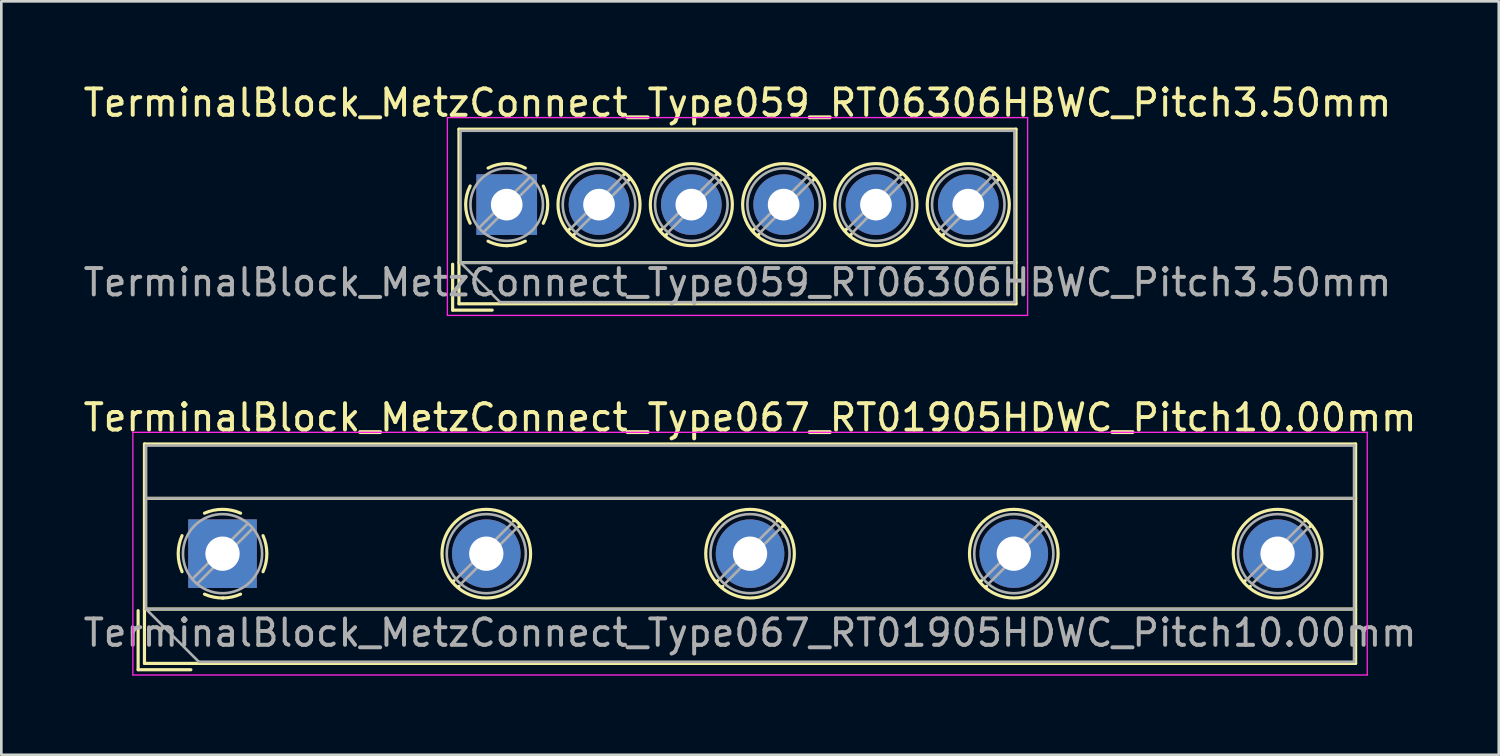
<source format=kicad_pcb>
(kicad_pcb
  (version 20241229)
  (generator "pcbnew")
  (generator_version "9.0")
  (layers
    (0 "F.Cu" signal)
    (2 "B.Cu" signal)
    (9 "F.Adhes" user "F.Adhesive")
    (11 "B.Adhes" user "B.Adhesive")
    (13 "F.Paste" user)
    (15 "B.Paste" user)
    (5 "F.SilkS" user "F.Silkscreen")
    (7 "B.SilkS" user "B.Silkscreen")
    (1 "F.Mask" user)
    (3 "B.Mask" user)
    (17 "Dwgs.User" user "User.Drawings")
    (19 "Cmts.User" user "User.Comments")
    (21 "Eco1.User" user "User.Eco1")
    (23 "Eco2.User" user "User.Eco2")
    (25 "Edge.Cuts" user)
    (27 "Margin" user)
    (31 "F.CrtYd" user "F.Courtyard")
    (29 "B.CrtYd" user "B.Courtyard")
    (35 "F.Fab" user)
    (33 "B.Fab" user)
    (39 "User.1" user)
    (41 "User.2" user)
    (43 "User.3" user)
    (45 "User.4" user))
  (footprint "TerminalBlock_MetzConnect_Type067_RT01905HDWC_Pitch10.00mm"
    (layer "F.Cu")
    (at 5.387 17.942)
    (property "Reference" "TerminalBlock_MetzConnect_Type067_RT01905HDWC_Pitch10.00mm" (at 20 -5.16 0) (layer "F.SilkS") (effects (font (size 1 1) (thickness 0.15))))
    (attr through_hole)
    (fp_line (start -3.2 2.16) (end -3.2 4.4) (stroke (width 0.12) (type solid)) (layer "F.SilkS"))
    (fp_line (start -3.2 4.4) (end -1.2 4.4) (stroke (width 0.12) (type solid)) (layer "F.SilkS"))
    (fp_line (start -2.96 -4.16) (end -2.96 4.16) (stroke (width 0.12) (type solid)) (layer "F.SilkS"))
    (fp_line (start -2.96 -2.1) (end 42.96 -2.1) (stroke (width 0.12) (type solid)) (layer "F.SilkS"))
    (fp_line (start -2.96 2.1) (end 42.96 2.1) (stroke (width 0.12) (type solid)) (layer "F.SilkS"))
    (fp_line (start -2.96 4.16) (end 42.96 4.16) (stroke (width 0.12) (type solid)) (layer "F.SilkS"))
    (fp_line (start 8.773 1.023) (end 8.726 1.069) (stroke (width 0.12) (type solid)) (layer "F.SilkS"))
    (fp_line (start 8.966 1.239) (end 8.931 1.274) (stroke (width 0.12) (type solid)) (layer "F.SilkS"))
    (fp_line (start 11.07 -1.275) (end 11.035 -1.239) (stroke (width 0.12) (type solid)) (layer "F.SilkS"))
    (fp_line (start 11.275 -1.069) (end 11.228 -1.023) (stroke (width 0.12) (type solid)) (layer "F.SilkS"))
    (fp_line (start 18.773 1.023) (end 18.726 1.069) (stroke (width 0.12) (type solid)) (layer "F.SilkS"))
    (fp_line (start 18.966 1.239) (end 18.931 1.274) (stroke (width 0.12) (type solid)) (layer "F.SilkS"))
    (fp_line (start 21.07 -1.275) (end 21.035 -1.239) (stroke (width 0.12) (type solid)) (layer "F.SilkS"))
    (fp_line (start 21.275 -1.069) (end 21.228 -1.023) (stroke (width 0.12) (type solid)) (layer "F.SilkS"))
    (fp_line (start 28.773 1.023) (end 28.726 1.069) (stroke (width 0.12) (type solid)) (layer "F.SilkS"))
    (fp_line (start 28.966 1.239) (end 28.931 1.274) (stroke (width 0.12) (type solid)) (layer "F.SilkS"))
    (fp_line (start 31.07 -1.275) (end 31.035 -1.239) (stroke (width 0.12) (type solid)) (layer "F.SilkS"))
    (fp_line (start 31.275 -1.069) (end 31.228 -1.023) (stroke (width 0.12) (type solid)) (layer "F.SilkS"))
    (fp_line (start 38.773 1.023) (end 38.726 1.069) (stroke (width 0.12) (type solid)) (layer "F.SilkS"))
    (fp_line (start 38.966 1.239) (end 38.931 1.274) (stroke (width 0.12) (type solid)) (layer "F.SilkS"))
    (fp_line (start 41.07 -1.275) (end 41.035 -1.239) (stroke (width 0.12) (type solid)) (layer "F.SilkS"))
    (fp_line (start 41.275 -1.069) (end 41.228 -1.023) (stroke (width 0.12) (type solid)) (layer "F.SilkS"))
    (fp_line (start 42.96 -4.16) (end -2.96 -4.16) (stroke (width 0.12) (type solid)) (layer "F.SilkS"))
    (fp_line (start 42.96 4.16) (end 42.96 -4.16) (stroke (width 0.12) (type solid)) (layer "F.SilkS"))
    (fp_arc (start -1.535427 0.683042) (mid -1.680501 -0.000524) (end -1.535 -0.684) (stroke (width 0.12) (type solid)) (layer "F.SilkS"))
    (fp_arc (start -0.683042 -1.535427) (mid 0.000524 -1.680501) (end 0.684 -1.535) (stroke (width 0.12) (type solid)) (layer "F.SilkS"))
    (fp_arc (start 0.028805 1.680253) (mid -0.335551 1.646659) (end -0.684 1.535) (stroke (width 0.12) (type solid)) (layer "F.SilkS"))
    (fp_arc (start 0.683318 1.534756) (mid 0.349292 1.643288) (end 0 1.68) (stroke (width 0.12) (type solid)) (layer "F.SilkS"))
    (fp_arc (start 1.535427 -0.683042) (mid 1.680501 0.000524) (end 1.535 0.684) (stroke (width 0.12) (type solid)) (layer "F.SilkS"))
    (fp_circle (center 10 0) (end 11.68 0) (stroke (width 0.12) (type solid)) (fill no) (layer "F.SilkS"))
    (fp_circle (center 20 0) (end 21.68 0) (stroke (width 0.12) (type solid)) (fill no) (layer "F.SilkS"))
    (fp_circle (center 30 0) (end 31.68 0) (stroke (width 0.12) (type solid)) (fill no) (layer "F.SilkS"))
    (fp_circle (center 40 0) (end 41.68 0) (stroke (width 0.12) (type solid)) (fill no) (layer "F.SilkS"))
    (fp_line (start -3.4 -4.6) (end -3.4 4.6) (stroke (width 0.05) (type solid)) (layer "F.CrtYd"))
    (fp_line (start -3.4 4.6) (end 43.4 4.6) (stroke (width 0.05) (type solid)) (layer "F.CrtYd"))
    (fp_line (start 43.4 -4.6) (end -3.4 -4.6) (stroke (width 0.05) (type solid)) (layer "F.CrtYd"))
    (fp_line (start 43.4 4.6) (end 43.4 -4.6) (stroke (width 0.05) (type solid)) (layer "F.CrtYd"))
    (fp_line (start -2.9 -4.1) (end 42.9 -4.1) (stroke (width 0.1) (type solid)) (layer "F.Fab"))
    (fp_line (start -2.9 -2.1) (end 42.9 -2.1) (stroke (width 0.1) (type solid)) (layer "F.Fab"))
    (fp_line (start -2.9 2.1) (end -2.9 -4.1) (stroke (width 0.1) (type solid)) (layer "F.Fab"))
    (fp_line (start -2.9 2.1) (end 42.9 2.1) (stroke (width 0.1) (type solid)) (layer "F.Fab"))
    (fp_line (start -0.9 4.1) (end -2.9 2.1) (stroke (width 0.1) (type solid)) (layer "F.Fab"))
    (fp_line (start 0.955 -1.138) (end -1.138 0.955) (stroke (width 0.1) (type solid)) (layer "F.Fab"))
    (fp_line (start 1.138 -0.955) (end -0.955 1.138) (stroke (width 0.1) (type solid)) (layer "F.Fab"))
    (fp_line (start 10.955 -1.138) (end 8.863 0.955) (stroke (width 0.1) (type solid)) (layer "F.Fab"))
    (fp_line (start 11.138 -0.955) (end 9.046 1.138) (stroke (width 0.1) (type solid)) (layer "F.Fab"))
    (fp_line (start 20.955 -1.138) (end 18.863 0.955) (stroke (width 0.1) (type solid)) (layer "F.Fab"))
    (fp_line (start 21.138 -0.955) (end 19.046 1.138) (stroke (width 0.1) (type solid)) (layer "F.Fab"))
    (fp_line (start 30.955 -1.138) (end 28.863 0.955) (stroke (width 0.1) (type solid)) (layer "F.Fab"))
    (fp_line (start 31.138 -0.955) (end 29.046 1.138) (stroke (width 0.1) (type solid)) (layer "F.Fab"))
    (fp_line (start 40.955 -1.138) (end 38.863 0.955) (stroke (width 0.1) (type solid)) (layer "F.Fab"))
    (fp_line (start 41.138 -0.955) (end 39.046 1.138) (stroke (width 0.1) (type solid)) (layer "F.Fab"))
    (fp_line (start 42.9 -4.1) (end 42.9 4.1) (stroke (width 0.1) (type solid)) (layer "F.Fab"))
    (fp_line (start 42.9 4.1) (end -0.9 4.1) (stroke (width 0.1) (type solid)) (layer "F.Fab"))
    (fp_circle (center 0 0) (end 1.5 0) (stroke (width 0.1) (type solid)) (fill no) (layer "F.Fab"))
    (fp_circle (center 10 0) (end 11.5 0) (stroke (width 0.1) (type solid)) (fill no) (layer "F.Fab"))
    (fp_circle (center 20 0) (end 21.5 0) (stroke (width 0.1) (type solid)) (fill no) (layer "F.Fab"))
    (fp_circle (center 30 0) (end 31.5 0) (stroke (width 0.1) (type solid)) (fill no) (layer "F.Fab"))
    (fp_circle (center 40 0) (end 41.5 0) (stroke (width 0.1) (type solid)) (fill no) (layer "F.Fab"))
    (fp_text user "${REFERENCE}" (at 20 3 0) (layer "F.Fab") (effects (font (size 1 1) (thickness 0.15))))
    (pad "1" thru_hole rect (at 0 0) (size 2.6 2.6) (drill 1.3) (layers "*.Cu" "*.Mask"))
    (pad "2" thru_hole circle (at 10 0) (size 2.6 2.6) (drill 1.3) (layers "*.Cu" "*.Mask"))
    (pad "3" thru_hole circle (at 20 0) (size 2.6 2.6) (drill 1.3) (layers "*.Cu" "*.Mask"))
    (pad "4" thru_hole circle (at 30 0) (size 2.6 2.6) (drill 1.3) (layers "*.Cu" "*.Mask"))
    (pad "5" thru_hole circle (at 40 0) (size 2.6 2.6) (drill 1.3) (layers "*.Cu" "*.Mask")))
  (footprint "TerminalBlock_MetzConnect_Type059_RT06306HBWC_Pitch3.50mm"
    (layer "F.Cu")
    (at 16.161 4.708)
    (property "Reference" "TerminalBlock_MetzConnect_Type059_RT06306HBWC_Pitch3.50mm" (at 8.75 -3.86 0) (layer "F.SilkS") (effects (font (size 1 1) (thickness 0.15))))
    (attr through_hole)
    (fp_line (start -2.05 2.26) (end -2.05 4) (stroke (width 0.12) (type solid)) (layer "F.SilkS"))
    (fp_line (start -2.05 4) (end -0.55 4) (stroke (width 0.12) (type solid)) (layer "F.SilkS"))
    (fp_line (start -1.81 -2.86) (end -1.81 3.76) (stroke (width 0.12) (type solid)) (layer "F.SilkS"))
    (fp_line (start -1.81 2.2) (end 19.31 2.2) (stroke (width 0.12) (type solid)) (layer "F.SilkS"))
    (fp_line (start -1.81 3.76) (end 19.31 3.76) (stroke (width 0.12) (type solid)) (layer "F.SilkS"))
    (fp_line (start 2.397 0.914) (end 2.321 0.99) (stroke (width 0.12) (type solid)) (layer "F.SilkS"))
    (fp_line (start 2.565 1.125) (end 2.511 1.18) (stroke (width 0.12) (type solid)) (layer "F.SilkS"))
    (fp_line (start 4.49 -1.18) (end 4.436 -1.126) (stroke (width 0.12) (type solid)) (layer "F.SilkS"))
    (fp_line (start 4.68 -0.99) (end 4.604 -0.914) (stroke (width 0.12) (type solid)) (layer "F.SilkS"))
    (fp_line (start 5.897 0.914) (end 5.821 0.99) (stroke (width 0.12) (type solid)) (layer "F.SilkS"))
    (fp_line (start 6.065 1.125) (end 6.011 1.18) (stroke (width 0.12) (type solid)) (layer "F.SilkS"))
    (fp_line (start 7.99 -1.18) (end 7.936 -1.126) (stroke (width 0.12) (type solid)) (layer "F.SilkS"))
    (fp_line (start 8.18 -0.99) (end 8.104 -0.914) (stroke (width 0.12) (type solid)) (layer "F.SilkS"))
    (fp_line (start 9.397 0.914) (end 9.321 0.99) (stroke (width 0.12) (type solid)) (layer "F.SilkS"))
    (fp_line (start 9.565 1.125) (end 9.511 1.18) (stroke (width 0.12) (type solid)) (layer "F.SilkS"))
    (fp_line (start 11.49 -1.18) (end 11.436 -1.126) (stroke (width 0.12) (type solid)) (layer "F.SilkS"))
    (fp_line (start 11.68 -0.99) (end 11.604 -0.914) (stroke (width 0.12) (type solid)) (layer "F.SilkS"))
    (fp_line (start 12.897 0.914) (end 12.821 0.99) (stroke (width 0.12) (type solid)) (layer "F.SilkS"))
    (fp_line (start 13.065 1.125) (end 13.011 1.18) (stroke (width 0.12) (type solid)) (layer "F.SilkS"))
    (fp_line (start 14.99 -1.18) (end 14.936 -1.126) (stroke (width 0.12) (type solid)) (layer "F.SilkS"))
    (fp_line (start 15.18 -0.99) (end 15.104 -0.914) (stroke (width 0.12) (type solid)) (layer "F.SilkS"))
    (fp_line (start 16.397 0.914) (end 16.321 0.99) (stroke (width 0.12) (type solid)) (layer "F.SilkS"))
    (fp_line (start 16.565 1.125) (end 16.511 1.18) (stroke (width 0.12) (type solid)) (layer "F.SilkS"))
    (fp_line (start 18.49 -1.18) (end 18.436 -1.126) (stroke (width 0.12) (type solid)) (layer "F.SilkS"))
    (fp_line (start 18.68 -0.99) (end 18.604 -0.914) (stroke (width 0.12) (type solid)) (layer "F.SilkS"))
    (fp_line (start 19.31 -2.86) (end -1.81 -2.86) (stroke (width 0.12) (type solid)) (layer "F.SilkS"))
    (fp_line (start 19.31 3.76) (end 19.31 -2.86) (stroke (width 0.12) (type solid)) (layer "F.SilkS"))
    (fp_arc (start -1.386645 0.705733) (mid -1.555906 -0.000711) (end -1.386 -0.707) (stroke (width 0.12) (type solid)) (layer "F.SilkS"))
    (fp_arc (start -0.705733 -1.386645) (mid 0.000711 -1.555906) (end 0.707 -1.386) (stroke (width 0.12) (type solid)) (layer "F.SilkS"))
    (fp_arc (start 0.026444 1.555682) (mid -0.350695 1.515869) (end -0.707 1.386) (stroke (width 0.12) (type solid)) (layer "F.SilkS"))
    (fp_arc (start 0.705955 1.385515) (mid 0.363007 1.512035) (end 0 1.555) (stroke (width 0.12) (type solid)) (layer "F.SilkS"))
    (fp_arc (start 1.386645 -0.705733) (mid 1.555906 0.000711) (end 1.386 0.707) (stroke (width 0.12) (type solid)) (layer "F.SilkS"))
    (fp_circle (center 3.5 0) (end 5.055 0) (stroke (width 0.12) (type solid)) (fill no) (layer "F.SilkS"))
    (fp_circle (center 7 0) (end 8.555 0) (stroke (width 0.12) (type solid)) (fill no) (layer "F.SilkS"))
    (fp_circle (center 10.5 0) (end 12.055 0) (stroke (width 0.12) (type solid)) (fill no) (layer "F.SilkS"))
    (fp_circle (center 14 0) (end 15.555 0) (stroke (width 0.12) (type solid)) (fill no) (layer "F.SilkS"))
    (fp_circle (center 17.5 0) (end 19.055 0) (stroke (width 0.12) (type solid)) (fill no) (layer "F.SilkS"))
    (fp_line (start -2.25 -3.3) (end -2.25 4.2) (stroke (width 0.05) (type solid)) (layer "F.CrtYd"))
    (fp_line (start -2.25 4.2) (end 19.75 4.2) (stroke (width 0.05) (type solid)) (layer "F.CrtYd"))
    (fp_line (start 19.75 -3.3) (end -2.25 -3.3) (stroke (width 0.05) (type solid)) (layer "F.CrtYd"))
    (fp_line (start 19.75 4.2) (end 19.75 -3.3) (stroke (width 0.05) (type solid)) (layer "F.CrtYd"))
    (fp_line (start -1.75 -2.8) (end 19.25 -2.8) (stroke (width 0.1) (type solid)) (layer "F.Fab"))
    (fp_line (start -1.75 2.2) (end -1.75 -2.8) (stroke (width 0.1) (type solid)) (layer "F.Fab"))
    (fp_line (start -1.75 2.2) (end 19.25 2.2) (stroke (width 0.1) (type solid)) (layer "F.Fab"))
    (fp_line (start -0.25 3.7) (end -1.75 2.2) (stroke (width 0.1) (type solid)) (layer "F.Fab"))
    (fp_line (start 0.876 -1.043) (end -1.043 0.875) (stroke (width 0.1) (type solid)) (layer "F.Fab"))
    (fp_line (start 1.043 -0.875) (end -0.876 1.043) (stroke (width 0.1) (type solid)) (layer "F.Fab"))
    (fp_line (start 4.376 -1.043) (end 2.458 0.875) (stroke (width 0.1) (type solid)) (layer "F.Fab"))
    (fp_line (start 4.543 -0.875) (end 2.625 1.043) (stroke (width 0.1) (type solid)) (layer "F.Fab"))
    (fp_line (start 7.876 -1.043) (end 5.958 0.875) (stroke (width 0.1) (type solid)) (layer "F.Fab"))
    (fp_line (start 8.043 -0.875) (end 6.125 1.043) (stroke (width 0.1) (type solid)) (layer "F.Fab"))
    (fp_line (start 11.376 -1.043) (end 9.458 0.875) (stroke (width 0.1) (type solid)) (layer "F.Fab"))
    (fp_line (start 11.543 -0.875) (end 9.625 1.043) (stroke (width 0.1) (type solid)) (layer "F.Fab"))
    (fp_line (start 14.876 -1.043) (end 12.958 0.875) (stroke (width 0.1) (type solid)) (layer "F.Fab"))
    (fp_line (start 15.043 -0.875) (end 13.125 1.043) (stroke (width 0.1) (type solid)) (layer "F.Fab"))
    (fp_line (start 18.376 -1.043) (end 16.458 0.875) (stroke (width 0.1) (type solid)) (layer "F.Fab"))
    (fp_line (start 18.543 -0.875) (end 16.625 1.043) (stroke (width 0.1) (type solid)) (layer "F.Fab"))
    (fp_line (start 19.25 -2.8) (end 19.25 3.7) (stroke (width 0.1) (type solid)) (layer "F.Fab"))
    (fp_line (start 19.25 3.7) (end -0.25 3.7) (stroke (width 0.1) (type solid)) (layer "F.Fab"))
    (fp_circle (center 0 0) (end 1.375 0) (stroke (width 0.1) (type solid)) (fill no) (layer "F.Fab"))
    (fp_circle (center 3.5 0) (end 4.875 0) (stroke (width 0.1) (type solid)) (fill no) (layer "F.Fab"))
    (fp_circle (center 7 0) (end 8.375 0) (stroke (width 0.1) (type solid)) (fill no) (layer "F.Fab"))
    (fp_circle (center 10.5 0) (end 11.875 0) (stroke (width 0.1) (type solid)) (fill no) (layer "F.Fab"))
    (fp_circle (center 14 0) (end 15.375 0) (stroke (width 0.1) (type solid)) (fill no) (layer "F.Fab"))
    (fp_circle (center 17.5 0) (end 18.875 0) (stroke (width 0.1) (type solid)) (fill no) (layer "F.Fab"))
    (fp_text user "${REFERENCE}" (at 8.75 2.95 0) (layer "F.Fab") (effects (font (size 1 1) (thickness 0.15))))
    (pad "1" thru_hole rect (at 0 0) (size 2.3 2.3) (drill 1.2) (layers "*.Cu" "*.Mask"))
    (pad "2" thru_hole circle (at 3.5 0) (size 2.3 2.3) (drill 1.2) (layers "*.Cu" "*.Mask"))
    (pad "3" thru_hole circle (at 7 0) (size 2.3 2.3) (drill 1.2) (layers "*.Cu" "*.Mask"))
    (pad "4" thru_hole circle (at 10.5 0) (size 2.3 2.3) (drill 1.2) (layers "*.Cu" "*.Mask"))
    (pad "5" thru_hole circle (at 14 0) (size 2.3 2.3) (drill 1.2) (layers "*.Cu" "*.Mask"))
    (pad "6" thru_hole circle (at 17.5 0) (size 2.3 2.3) (drill 1.2) (layers "*.Cu" "*.Mask")))
  (gr_rect
    (start -3 -3)
    (end 53.774 25.567)
    (stroke (width 0.1) (type default))
    (fill no)
    (layer "Edge.Cuts")))
</source>
